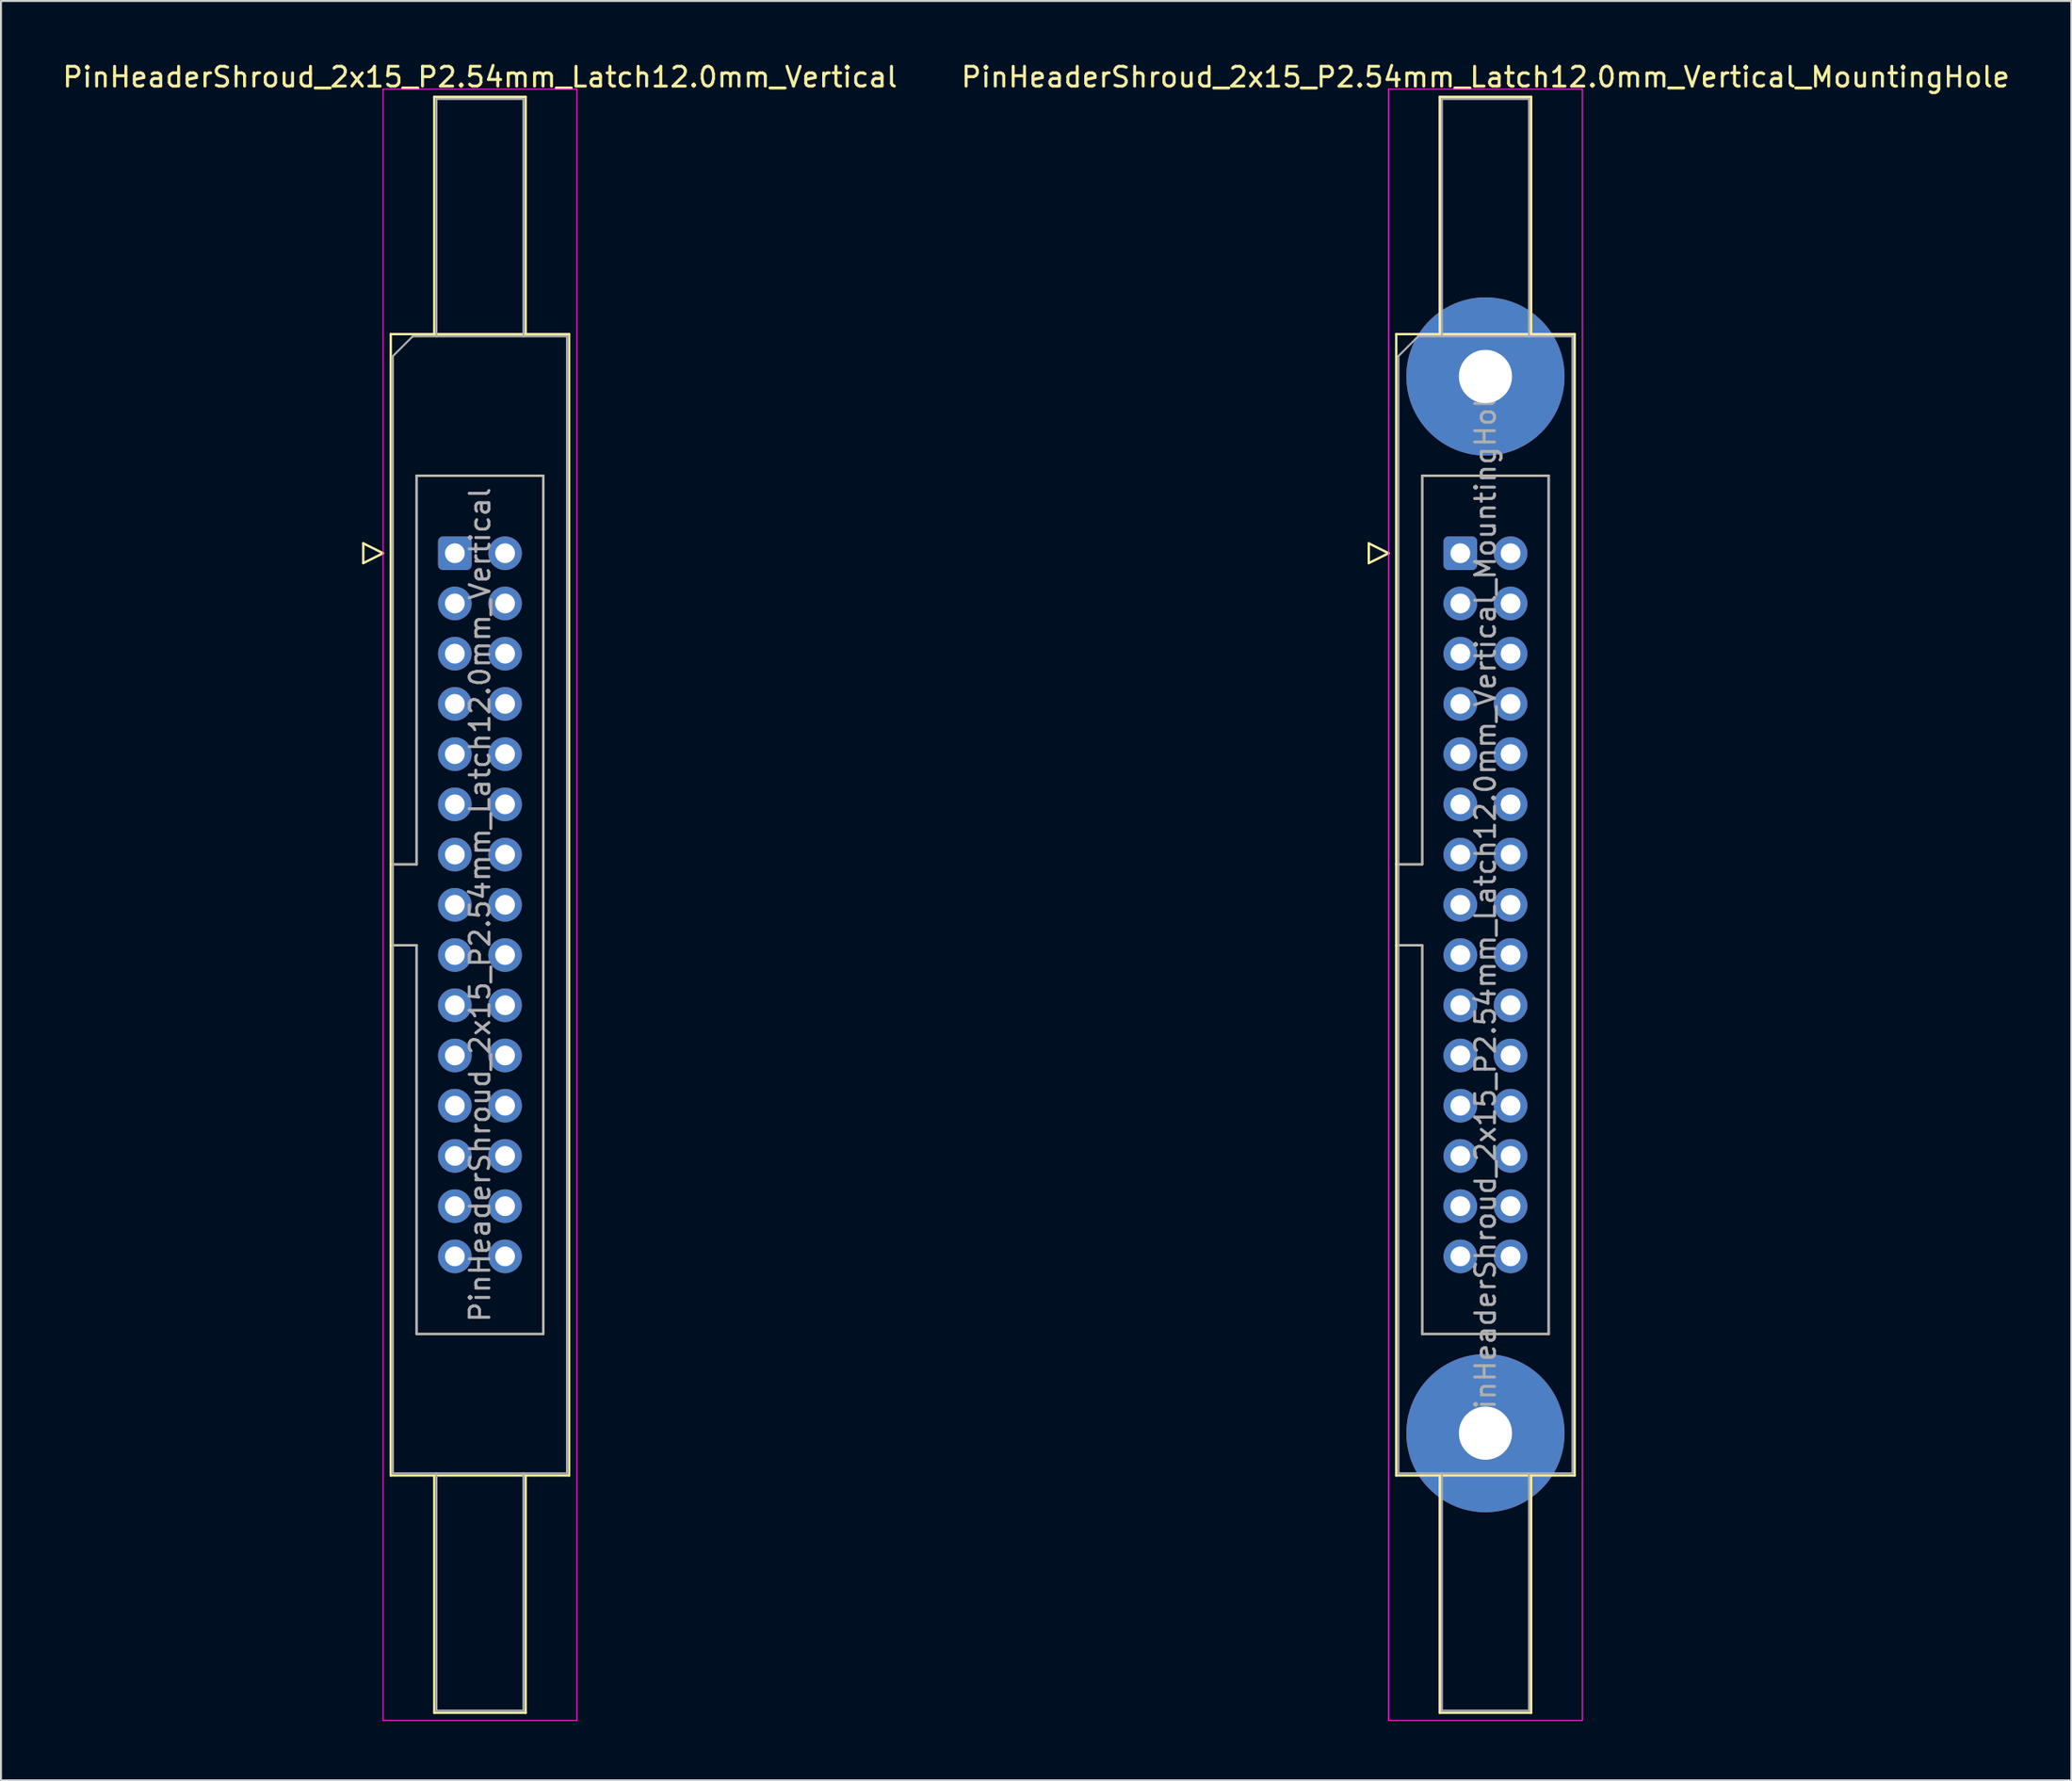
<source format=kicad_pcb>
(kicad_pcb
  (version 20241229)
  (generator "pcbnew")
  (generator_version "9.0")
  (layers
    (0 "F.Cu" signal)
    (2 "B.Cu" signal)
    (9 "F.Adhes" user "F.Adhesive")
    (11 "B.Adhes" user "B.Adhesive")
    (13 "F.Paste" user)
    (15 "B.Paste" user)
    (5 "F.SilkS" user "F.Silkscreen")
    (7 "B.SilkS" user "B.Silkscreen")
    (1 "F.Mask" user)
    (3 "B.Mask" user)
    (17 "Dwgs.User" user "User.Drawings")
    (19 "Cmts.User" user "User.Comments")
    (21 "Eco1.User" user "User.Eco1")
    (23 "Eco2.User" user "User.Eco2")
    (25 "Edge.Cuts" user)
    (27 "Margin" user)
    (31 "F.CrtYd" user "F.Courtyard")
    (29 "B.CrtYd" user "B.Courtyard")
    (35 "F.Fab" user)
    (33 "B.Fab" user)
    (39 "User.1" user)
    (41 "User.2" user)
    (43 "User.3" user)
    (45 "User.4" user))
  (footprint "PinHeaderShroud_2x15_P2.54mm_Latch12.0mm_Vertical"
    (layer "F.Cu")
    (at 19.95 24.928)
    (property "Reference" "PinHeaderShroud_2x15_P2.54mm_Latch12.0mm_Vertical" (at 1.27 -24.08 0) (layer "F.SilkS") (effects (font (size 1 1) (thickness 0.15))))
    (attr through_hole)
    (fp_line (start -4.63 -0.5) (end -4.63 0.5) (stroke (width 0.12) (type solid)) (layer "F.SilkS"))
    (fp_line (start -4.63 0.5) (end -3.63 0) (stroke (width 0.12) (type solid)) (layer "F.SilkS"))
    (fp_line (start -3.63 0) (end -4.63 -0.5) (stroke (width 0.12) (type solid)) (layer "F.SilkS"))
    (fp_line (start -3.24 -11.08) (end 5.78 -11.08) (stroke (width 0.12) (type solid)) (layer "F.SilkS"))
    (fp_line (start -3.24 15.73) (end -1.93 15.73) (stroke (width 0.12) (type solid)) (layer "F.SilkS"))
    (fp_line (start -3.24 19.83) (end -1.93 19.83) (stroke (width 0.12) (type solid)) (layer "F.SilkS"))
    (fp_line (start -3.24 46.64) (end -3.24 -11.08) (stroke (width 0.12) (type solid)) (layer "F.SilkS"))
    (fp_line (start -1.93 -3.92) (end 4.47 -3.92) (stroke (width 0.12) (type solid)) (layer "F.SilkS"))
    (fp_line (start -1.93 15.73) (end -1.93 -3.92) (stroke (width 0.12) (type solid)) (layer "F.SilkS"))
    (fp_line (start -1.93 39.48) (end -1.93 19.83) (stroke (width 0.12) (type solid)) (layer "F.SilkS"))
    (fp_line (start -1.04 -23.08) (end 3.58 -23.08) (stroke (width 0.12) (type solid)) (layer "F.SilkS"))
    (fp_line (start -1.04 -11.08) (end -1.04 -23.08) (stroke (width 0.12) (type solid)) (layer "F.SilkS"))
    (fp_line (start -1.04 46.64) (end -1.04 58.64) (stroke (width 0.12) (type solid)) (layer "F.SilkS"))
    (fp_line (start -1.04 58.64) (end 3.58 58.64) (stroke (width 0.12) (type solid)) (layer "F.SilkS"))
    (fp_line (start 3.58 -23.08) (end 3.58 -11.08) (stroke (width 0.12) (type solid)) (layer "F.SilkS"))
    (fp_line (start 3.58 58.64) (end 3.58 46.64) (stroke (width 0.12) (type solid)) (layer "F.SilkS"))
    (fp_line (start 4.47 -3.92) (end 4.47 39.48) (stroke (width 0.12) (type solid)) (layer "F.SilkS"))
    (fp_line (start 4.47 39.48) (end -1.93 39.48) (stroke (width 0.12) (type solid)) (layer "F.SilkS"))
    (fp_line (start 5.78 -11.08) (end 5.78 46.64) (stroke (width 0.12) (type solid)) (layer "F.SilkS"))
    (fp_line (start 5.78 46.64) (end -3.24 46.64) (stroke (width 0.12) (type solid)) (layer "F.SilkS"))
    (fp_line (start -3.63 -23.47) (end -3.63 59.03) (stroke (width 0.05) (type solid)) (layer "F.CrtYd"))
    (fp_line (start -3.63 59.03) (end 6.17 59.03) (stroke (width 0.05) (type solid)) (layer "F.CrtYd"))
    (fp_line (start 6.17 -23.47) (end -3.63 -23.47) (stroke (width 0.05) (type solid)) (layer "F.CrtYd"))
    (fp_line (start 6.17 59.03) (end 6.17 -23.47) (stroke (width 0.05) (type solid)) (layer "F.CrtYd"))
    (fp_line (start -3.13 -9.97) (end -2.13 -10.97) (stroke (width 0.1) (type solid)) (layer "F.Fab"))
    (fp_line (start -3.13 15.73) (end -1.93 15.73) (stroke (width 0.1) (type solid)) (layer "F.Fab"))
    (fp_line (start -3.13 19.83) (end -1.93 19.83) (stroke (width 0.1) (type solid)) (layer "F.Fab"))
    (fp_line (start -3.13 46.53) (end -3.13 -9.97) (stroke (width 0.1) (type solid)) (layer "F.Fab"))
    (fp_line (start -2.13 -10.97) (end 5.67 -10.97) (stroke (width 0.1) (type solid)) (layer "F.Fab"))
    (fp_line (start -1.93 -3.92) (end 4.47 -3.92) (stroke (width 0.1) (type solid)) (layer "F.Fab"))
    (fp_line (start -1.93 15.73) (end -1.93 -3.92) (stroke (width 0.1) (type solid)) (layer "F.Fab"))
    (fp_line (start -1.93 39.48) (end -1.93 19.83) (stroke (width 0.1) (type solid)) (layer "F.Fab"))
    (fp_line (start -0.93 -22.97) (end 3.47 -22.97) (stroke (width 0.1) (type solid)) (layer "F.Fab"))
    (fp_line (start -0.93 -10.97) (end -0.93 -22.97) (stroke (width 0.1) (type solid)) (layer "F.Fab"))
    (fp_line (start -0.93 46.53) (end -0.93 58.53) (stroke (width 0.1) (type solid)) (layer "F.Fab"))
    (fp_line (start -0.93 58.53) (end 3.47 58.53) (stroke (width 0.1) (type solid)) (layer "F.Fab"))
    (fp_line (start 3.47 -22.97) (end 3.47 -10.97) (stroke (width 0.1) (type solid)) (layer "F.Fab"))
    (fp_line (start 3.47 58.53) (end 3.47 46.53) (stroke (width 0.1) (type solid)) (layer "F.Fab"))
    (fp_line (start 4.47 -3.92) (end 4.47 39.48) (stroke (width 0.1) (type solid)) (layer "F.Fab"))
    (fp_line (start 4.47 39.48) (end -1.93 39.48) (stroke (width 0.1) (type solid)) (layer "F.Fab"))
    (fp_line (start 5.67 -10.97) (end 5.67 46.53) (stroke (width 0.1) (type solid)) (layer "F.Fab"))
    (fp_line (start 5.67 46.53) (end -3.13 46.53) (stroke (width 0.1) (type solid)) (layer "F.Fab"))
    (fp_text user "${REFERENCE}" (at 1.27 17.78 90) (layer "F.Fab") (effects (font (size 1 1) (thickness 0.15))))
    (pad "1" thru_hole roundrect (at 0 0) (size 1.7 1.7) (drill 1) (layers "*.Cu" "*.Mask") (roundrect_rratio 0.147))
    (pad "2" thru_hole circle (at 2.54 0) (size 1.7 1.7) (drill 1) (layers "*.Cu" "*.Mask"))
    (pad "3" thru_hole circle (at 0 2.54) (size 1.7 1.7) (drill 1) (layers "*.Cu" "*.Mask"))
    (pad "4" thru_hole circle (at 2.54 2.54) (size 1.7 1.7) (drill 1) (layers "*.Cu" "*.Mask"))
    (pad "5" thru_hole circle (at 0 5.08) (size 1.7 1.7) (drill 1) (layers "*.Cu" "*.Mask"))
    (pad "6" thru_hole circle (at 2.54 5.08) (size 1.7 1.7) (drill 1) (layers "*.Cu" "*.Mask"))
    (pad "7" thru_hole circle (at 0 7.62) (size 1.7 1.7) (drill 1) (layers "*.Cu" "*.Mask"))
    (pad "8" thru_hole circle (at 2.54 7.62) (size 1.7 1.7) (drill 1) (layers "*.Cu" "*.Mask"))
    (pad "9" thru_hole circle (at 0 10.16) (size 1.7 1.7) (drill 1) (layers "*.Cu" "*.Mask"))
    (pad "10" thru_hole circle (at 2.54 10.16) (size 1.7 1.7) (drill 1) (layers "*.Cu" "*.Mask"))
    (pad "11" thru_hole circle (at 0 12.7) (size 1.7 1.7) (drill 1) (layers "*.Cu" "*.Mask"))
    (pad "12" thru_hole circle (at 2.54 12.7) (size 1.7 1.7) (drill 1) (layers "*.Cu" "*.Mask"))
    (pad "13" thru_hole circle (at 0 15.24) (size 1.7 1.7) (drill 1) (layers "*.Cu" "*.Mask"))
    (pad "14" thru_hole circle (at 2.54 15.24) (size 1.7 1.7) (drill 1) (layers "*.Cu" "*.Mask"))
    (pad "15" thru_hole circle (at 0 17.78) (size 1.7 1.7) (drill 1) (layers "*.Cu" "*.Mask"))
    (pad "16" thru_hole circle (at 2.54 17.78) (size 1.7 1.7) (drill 1) (layers "*.Cu" "*.Mask"))
    (pad "17" thru_hole circle (at 0 20.32) (size 1.7 1.7) (drill 1) (layers "*.Cu" "*.Mask"))
    (pad "18" thru_hole circle (at 2.54 20.32) (size 1.7 1.7) (drill 1) (layers "*.Cu" "*.Mask"))
    (pad "19" thru_hole circle (at 0 22.86) (size 1.7 1.7) (drill 1) (layers "*.Cu" "*.Mask"))
    (pad "20" thru_hole circle (at 2.54 22.86) (size 1.7 1.7) (drill 1) (layers "*.Cu" "*.Mask"))
    (pad "21" thru_hole circle (at 0 25.4) (size 1.7 1.7) (drill 1) (layers "*.Cu" "*.Mask"))
    (pad "22" thru_hole circle (at 2.54 25.4) (size 1.7 1.7) (drill 1) (layers "*.Cu" "*.Mask"))
    (pad "23" thru_hole circle (at 0 27.94) (size 1.7 1.7) (drill 1) (layers "*.Cu" "*.Mask"))
    (pad "24" thru_hole circle (at 2.54 27.94) (size 1.7 1.7) (drill 1) (layers "*.Cu" "*.Mask"))
    (pad "25" thru_hole circle (at 0 30.48) (size 1.7 1.7) (drill 1) (layers "*.Cu" "*.Mask"))
    (pad "26" thru_hole circle (at 2.54 30.48) (size 1.7 1.7) (drill 1) (layers "*.Cu" "*.Mask"))
    (pad "27" thru_hole circle (at 0 33.02) (size 1.7 1.7) (drill 1) (layers "*.Cu" "*.Mask"))
    (pad "28" thru_hole circle (at 2.54 33.02) (size 1.7 1.7) (drill 1) (layers "*.Cu" "*.Mask"))
    (pad "29" thru_hole circle (at 0 35.56) (size 1.7 1.7) (drill 1) (layers "*.Cu" "*.Mask"))
    (pad "30" thru_hole circle (at 2.54 35.56) (size 1.7 1.7) (drill 1) (layers "*.Cu" "*.Mask")))
  (footprint "PinHeaderShroud_2x15_P2.54mm_Latch12.0mm_Vertical_MountingHole"
    (layer "F.Cu")
    (at 70.795 24.928)
    (property "Reference" "PinHeaderShroud_2x15_P2.54mm_Latch12.0mm_Vertical_MountingHole" (at 1.27 -24.08 0) (layer "F.SilkS") (effects (font (size 1 1) (thickness 0.15))))
    (attr through_hole)
    (fp_line (start -4.63 -0.5) (end -4.63 0.5) (stroke (width 0.12) (type solid)) (layer "F.SilkS"))
    (fp_line (start -4.63 0.5) (end -3.63 0) (stroke (width 0.12) (type solid)) (layer "F.SilkS"))
    (fp_line (start -3.63 0) (end -4.63 -0.5) (stroke (width 0.12) (type solid)) (layer "F.SilkS"))
    (fp_line (start -3.24 -11.08) (end 5.78 -11.08) (stroke (width 0.12) (type solid)) (layer "F.SilkS"))
    (fp_line (start -3.24 15.73) (end -1.93 15.73) (stroke (width 0.12) (type solid)) (layer "F.SilkS"))
    (fp_line (start -3.24 19.83) (end -1.93 19.83) (stroke (width 0.12) (type solid)) (layer "F.SilkS"))
    (fp_line (start -3.24 46.64) (end -3.24 -11.08) (stroke (width 0.12) (type solid)) (layer "F.SilkS"))
    (fp_line (start -1.93 -3.92) (end 4.47 -3.92) (stroke (width 0.12) (type solid)) (layer "F.SilkS"))
    (fp_line (start -1.93 15.73) (end -1.93 -3.92) (stroke (width 0.12) (type solid)) (layer "F.SilkS"))
    (fp_line (start -1.93 39.48) (end -1.93 19.83) (stroke (width 0.12) (type solid)) (layer "F.SilkS"))
    (fp_line (start -1.04 -23.08) (end 3.58 -23.08) (stroke (width 0.12) (type solid)) (layer "F.SilkS"))
    (fp_line (start -1.04 -11.08) (end -1.04 -23.08) (stroke (width 0.12) (type solid)) (layer "F.SilkS"))
    (fp_line (start -1.04 46.64) (end -1.04 58.64) (stroke (width 0.12) (type solid)) (layer "F.SilkS"))
    (fp_line (start -1.04 58.64) (end 3.58 58.64) (stroke (width 0.12) (type solid)) (layer "F.SilkS"))
    (fp_line (start 3.58 -23.08) (end 3.58 -11.08) (stroke (width 0.12) (type solid)) (layer "F.SilkS"))
    (fp_line (start 3.58 58.64) (end 3.58 46.64) (stroke (width 0.12) (type solid)) (layer "F.SilkS"))
    (fp_line (start 4.47 -3.92) (end 4.47 39.48) (stroke (width 0.12) (type solid)) (layer "F.SilkS"))
    (fp_line (start 4.47 39.48) (end -1.93 39.48) (stroke (width 0.12) (type solid)) (layer "F.SilkS"))
    (fp_line (start 5.78 -11.08) (end 5.78 46.64) (stroke (width 0.12) (type solid)) (layer "F.SilkS"))
    (fp_line (start 5.78 46.64) (end -3.24 46.64) (stroke (width 0.12) (type solid)) (layer "F.SilkS"))
    (fp_line (start -3.63 -23.47) (end -3.63 59.03) (stroke (width 0.05) (type solid)) (layer "F.CrtYd"))
    (fp_line (start -3.63 59.03) (end 6.17 59.03) (stroke (width 0.05) (type solid)) (layer "F.CrtYd"))
    (fp_line (start 6.17 -23.47) (end -3.63 -23.47) (stroke (width 0.05) (type solid)) (layer "F.CrtYd"))
    (fp_line (start 6.17 59.03) (end 6.17 -23.47) (stroke (width 0.05) (type solid)) (layer "F.CrtYd"))
    (fp_line (start -3.13 -9.97) (end -2.13 -10.97) (stroke (width 0.1) (type solid)) (layer "F.Fab"))
    (fp_line (start -3.13 15.73) (end -1.93 15.73) (stroke (width 0.1) (type solid)) (layer "F.Fab"))
    (fp_line (start -3.13 19.83) (end -1.93 19.83) (stroke (width 0.1) (type solid)) (layer "F.Fab"))
    (fp_line (start -3.13 46.53) (end -3.13 -9.97) (stroke (width 0.1) (type solid)) (layer "F.Fab"))
    (fp_line (start -2.13 -10.97) (end 5.67 -10.97) (stroke (width 0.1) (type solid)) (layer "F.Fab"))
    (fp_line (start -1.93 -3.92) (end 4.47 -3.92) (stroke (width 0.1) (type solid)) (layer "F.Fab"))
    (fp_line (start -1.93 15.73) (end -1.93 -3.92) (stroke (width 0.1) (type solid)) (layer "F.Fab"))
    (fp_line (start -1.93 39.48) (end -1.93 19.83) (stroke (width 0.1) (type solid)) (layer "F.Fab"))
    (fp_line (start -0.93 -22.97) (end 3.47 -22.97) (stroke (width 0.1) (type solid)) (layer "F.Fab"))
    (fp_line (start -0.93 -10.97) (end -0.93 -22.97) (stroke (width 0.1) (type solid)) (layer "F.Fab"))
    (fp_line (start -0.93 46.53) (end -0.93 58.53) (stroke (width 0.1) (type solid)) (layer "F.Fab"))
    (fp_line (start -0.93 58.53) (end 3.47 58.53) (stroke (width 0.1) (type solid)) (layer "F.Fab"))
    (fp_line (start 3.47 -22.97) (end 3.47 -10.97) (stroke (width 0.1) (type solid)) (layer "F.Fab"))
    (fp_line (start 3.47 58.53) (end 3.47 46.53) (stroke (width 0.1) (type solid)) (layer "F.Fab"))
    (fp_line (start 4.47 -3.92) (end 4.47 39.48) (stroke (width 0.1) (type solid)) (layer "F.Fab"))
    (fp_line (start 4.47 39.48) (end -1.93 39.48) (stroke (width 0.1) (type solid)) (layer "F.Fab"))
    (fp_line (start 5.67 -10.97) (end 5.67 46.53) (stroke (width 0.1) (type solid)) (layer "F.Fab"))
    (fp_line (start 5.67 46.53) (end -3.13 46.53) (stroke (width 0.1) (type solid)) (layer "F.Fab"))
    (fp_text user "${REFERENCE}" (at 1.27 17.78 90) (layer "F.Fab") (effects (font (size 1 1) (thickness 0.15))))
    (pad "" thru_hole circle (at 1.27 -8.94) (size 8 8) (drill 2.69) (layers "*.Cu" "*.Mask"))
    (pad "" thru_hole circle (at 1.27 44.5) (size 8 8) (drill 2.69) (layers "*.Cu" "*.Mask"))
    (pad "1" thru_hole roundrect (at 0 0) (size 1.7 1.7) (drill 1) (layers "*.Cu" "*.Mask") (roundrect_rratio 0.147))
    (pad "2" thru_hole circle (at 2.54 0) (size 1.7 1.7) (drill 1) (layers "*.Cu" "*.Mask"))
    (pad "3" thru_hole circle (at 0 2.54) (size 1.7 1.7) (drill 1) (layers "*.Cu" "*.Mask"))
    (pad "4" thru_hole circle (at 2.54 2.54) (size 1.7 1.7) (drill 1) (layers "*.Cu" "*.Mask"))
    (pad "5" thru_hole circle (at 0 5.08) (size 1.7 1.7) (drill 1) (layers "*.Cu" "*.Mask"))
    (pad "6" thru_hole circle (at 2.54 5.08) (size 1.7 1.7) (drill 1) (layers "*.Cu" "*.Mask"))
    (pad "7" thru_hole circle (at 0 7.62) (size 1.7 1.7) (drill 1) (layers "*.Cu" "*.Mask"))
    (pad "8" thru_hole circle (at 2.54 7.62) (size 1.7 1.7) (drill 1) (layers "*.Cu" "*.Mask"))
    (pad "9" thru_hole circle (at 0 10.16) (size 1.7 1.7) (drill 1) (layers "*.Cu" "*.Mask"))
    (pad "10" thru_hole circle (at 2.54 10.16) (size 1.7 1.7) (drill 1) (layers "*.Cu" "*.Mask"))
    (pad "11" thru_hole circle (at 0 12.7) (size 1.7 1.7) (drill 1) (layers "*.Cu" "*.Mask"))
    (pad "12" thru_hole circle (at 2.54 12.7) (size 1.7 1.7) (drill 1) (layers "*.Cu" "*.Mask"))
    (pad "13" thru_hole circle (at 0 15.24) (size 1.7 1.7) (drill 1) (layers "*.Cu" "*.Mask"))
    (pad "14" thru_hole circle (at 2.54 15.24) (size 1.7 1.7) (drill 1) (layers "*.Cu" "*.Mask"))
    (pad "15" thru_hole circle (at 0 17.78) (size 1.7 1.7) (drill 1) (layers "*.Cu" "*.Mask"))
    (pad "16" thru_hole circle (at 2.54 17.78) (size 1.7 1.7) (drill 1) (layers "*.Cu" "*.Mask"))
    (pad "17" thru_hole circle (at 0 20.32) (size 1.7 1.7) (drill 1) (layers "*.Cu" "*.Mask"))
    (pad "18" thru_hole circle (at 2.54 20.32) (size 1.7 1.7) (drill 1) (layers "*.Cu" "*.Mask"))
    (pad "19" thru_hole circle (at 0 22.86) (size 1.7 1.7) (drill 1) (layers "*.Cu" "*.Mask"))
    (pad "20" thru_hole circle (at 2.54 22.86) (size 1.7 1.7) (drill 1) (layers "*.Cu" "*.Mask"))
    (pad "21" thru_hole circle (at 0 25.4) (size 1.7 1.7) (drill 1) (layers "*.Cu" "*.Mask"))
    (pad "22" thru_hole circle (at 2.54 25.4) (size 1.7 1.7) (drill 1) (layers "*.Cu" "*.Mask"))
    (pad "23" thru_hole circle (at 0 27.94) (size 1.7 1.7) (drill 1) (layers "*.Cu" "*.Mask"))
    (pad "24" thru_hole circle (at 2.54 27.94) (size 1.7 1.7) (drill 1) (layers "*.Cu" "*.Mask"))
    (pad "25" thru_hole circle (at 0 30.48) (size 1.7 1.7) (drill 1) (layers "*.Cu" "*.Mask"))
    (pad "26" thru_hole circle (at 2.54 30.48) (size 1.7 1.7) (drill 1) (layers "*.Cu" "*.Mask"))
    (pad "27" thru_hole circle (at 0 33.02) (size 1.7 1.7) (drill 1) (layers "*.Cu" "*.Mask"))
    (pad "28" thru_hole circle (at 2.54 33.02) (size 1.7 1.7) (drill 1) (layers "*.Cu" "*.Mask"))
    (pad "29" thru_hole circle (at 0 35.56) (size 1.7 1.7) (drill 1) (layers "*.Cu" "*.Mask"))
    (pad "30" thru_hole circle (at 2.54 35.56) (size 1.7 1.7) (drill 1) (layers "*.Cu" "*.Mask")))
  (gr_rect
    (start -3 -3)
    (end 101.69 86.983)
    (stroke (width 0.1) (type default))
    (fill no)
    (layer "Edge.Cuts")))
</source>
